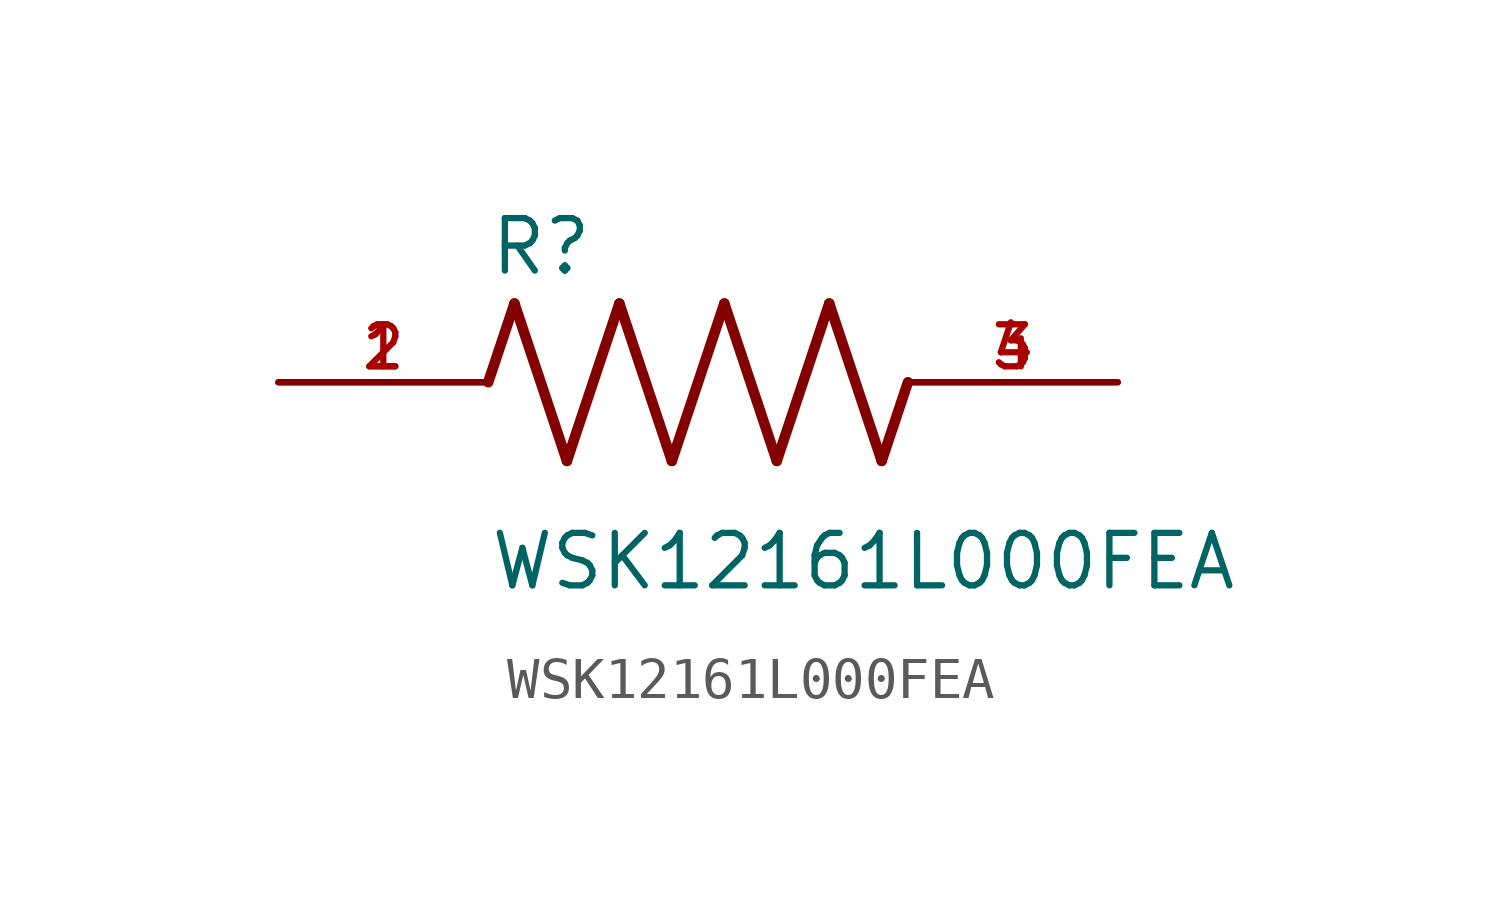
<source format=kicad_sym>
(kicad_symbol_lib
  (version 20211014)
  (generator kicad_symbol_editor)
  (symbol "WSK12161L000FEA"
    (pin_names
      (offset 1.016))
    (property "Reference" "R"
      (at -5.08 2.54 0)
      (effects (font (size 1.27 1.27)) (justify bottom left)))
    (property "Value" "WSK12161L000FEA"
      (at -5.08 -5.08 0)
      (effects (font (size 1.27 1.27)) (justify bottom left)))
    (symbol "WSK12161L000FEA_0_0"
      (polyline (pts (xy -5.08 0.0) (xy -4.445 1.905)) (stroke (width 0.254)))
      (polyline (pts (xy -4.445 1.905) (xy -3.175 -1.905)) (stroke (width 0.254)))
      (polyline (pts (xy -3.175 -1.905) (xy -1.905 1.905)) (stroke (width 0.254)))
      (polyline (pts (xy -1.905 1.905) (xy -0.635 -1.905)) (stroke (width 0.254)))
      (polyline (pts (xy -0.635 -1.905) (xy 0.635 1.905)) (stroke (width 0.254)))
      (polyline (pts (xy 0.635 1.905) (xy 1.905 -1.905)) (stroke (width 0.254)))
      (polyline (pts (xy 1.905 -1.905) (xy 3.175 1.905)) (stroke (width 0.254)))
      (polyline (pts (xy 3.175 1.905) (xy 4.445 -1.905)) (stroke (width 0.254)))
      (polyline (pts (xy 4.445 -1.905) (xy 5.08 0.0)) (stroke (width 0.254)))
      (pin passive line (at -10.16 0.0 0) (length 5.08) (name "~" (effects (font (size 1.016 1.016)))) (number "1" (effects (font (size 1.016 1.016)))))
      (pin passive line (at -10.16 0.0 0) (length 5.08) (name "~" (effects (font (size 1.016 1.016)))) (number "2" (effects (font (size 1.016 1.016)))))
      (pin passive line (at 10.16 0.0 180.0) (length 5.08) (name "~" (effects (font (size 1.016 1.016)))) (number "3" (effects (font (size 1.016 1.016)))))
      (pin passive line (at 10.16 0.0 180.0) (length 5.08) (name "~" (effects (font (size 1.016 1.016)))) (number "4" (effects (font (size 1.016 1.016))))))))
</source>
